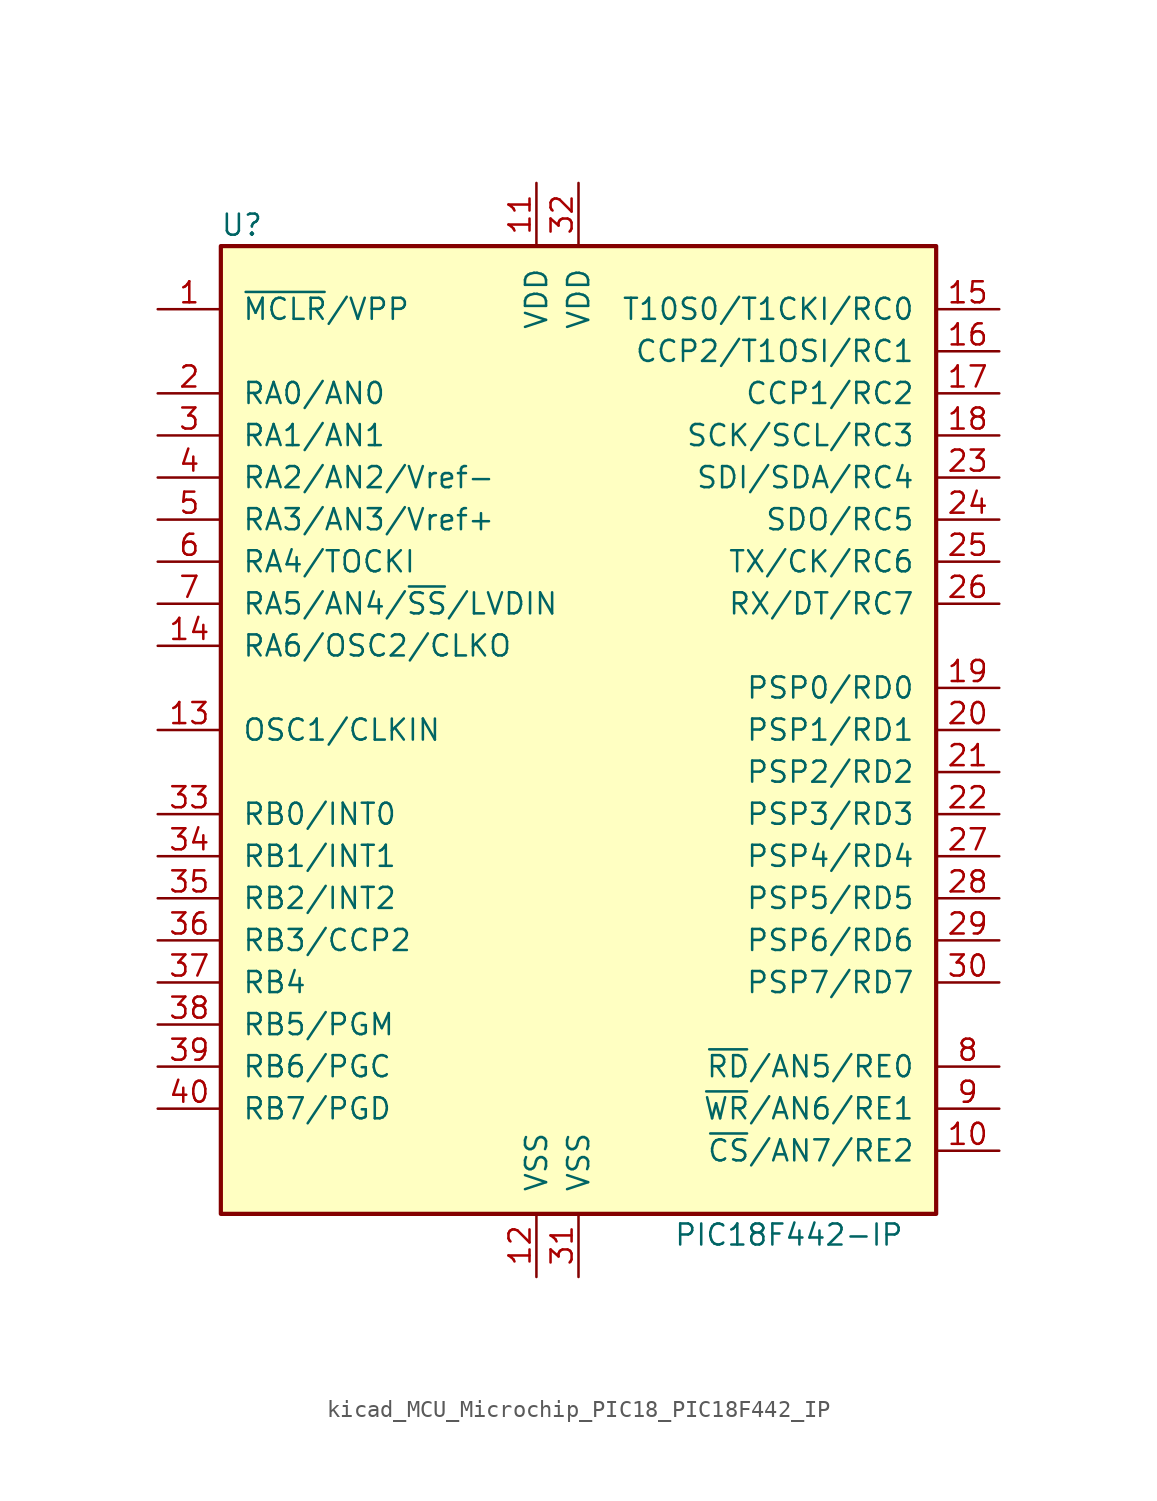
<source format=kicad_sym>
(kicad_symbol_lib
  (version 20220914)
  (generator kicad_symbol_editor)
  (symbol "kicad_MCU_Microchip_PIC18_PIC18F442_IP"
    (pin_names
      (offset 1.27))
    (property "Reference" "U"
      (at -20.32 30.48 0)
      (effects (font (size 1.27 1.27))))
    (property "Value" "PIC18F442-IP"
      (at 12.7 -30.48 0)
      (effects (font (size 1.27 1.27))))
    (symbol "kicad_MCU_Microchip_PIC18_PIC18F442_IP_0_1"
      (rectangle (start -21.59 -29.21) (end 21.59 29.21) (stroke (width 0.254) (type default)) (fill (type background))))
    (symbol "kicad_MCU_Microchip_PIC18_PIC18F442_IP_1_1"
      (pin input line (at -25.4 25.4 0) (length 3.81) (name "~{MCLR}/VPP" (effects (font (size 1.27 1.27)))) (number "1" (effects (font (size 1.27 1.27)))))
      (pin bidirectional line (at 25.4 -25.4 180) (length 3.81) (name "~{CS}/AN7/RE2" (effects (font (size 1.27 1.27)))) (number "10" (effects (font (size 1.27 1.27)))))
      (pin power_in line (at -2.54 33.02 270) (length 3.81) (name "VDD" (effects (font (size 1.27 1.27)))) (number "11" (effects (font (size 1.27 1.27)))))
      (pin power_in line (at -2.54 -33.02 90) (length 3.81) (name "VSS" (effects (font (size 1.27 1.27)))) (number "12" (effects (font (size 1.27 1.27)))))
      (pin input line (at -25.4 0 0) (length 3.81) (name "OSC1/CLKIN" (effects (font (size 1.27 1.27)))) (number "13" (effects (font (size 1.27 1.27)))))
      (pin output line (at -25.4 5.08 0) (length 3.81) (name "RA6/OSC2/CLKO" (effects (font (size 1.27 1.27)))) (number "14" (effects (font (size 1.27 1.27)))))
      (pin bidirectional line (at 25.4 25.4 180) (length 3.81) (name "T10S0/T1CKI/RC0" (effects (font (size 1.27 1.27)))) (number "15" (effects (font (size 1.27 1.27)))))
      (pin bidirectional line (at 25.4 22.86 180) (length 3.81) (name "CCP2/T1OSI/RC1" (effects (font (size 1.27 1.27)))) (number "16" (effects (font (size 1.27 1.27)))))
      (pin bidirectional line (at 25.4 20.32 180) (length 3.81) (name "CCP1/RC2" (effects (font (size 1.27 1.27)))) (number "17" (effects (font (size 1.27 1.27)))))
      (pin bidirectional line (at 25.4 17.78 180) (length 3.81) (name "SCK/SCL/RC3" (effects (font (size 1.27 1.27)))) (number "18" (effects (font (size 1.27 1.27)))))
      (pin bidirectional line (at 25.4 2.54 180) (length 3.81) (name "PSP0/RD0" (effects (font (size 1.27 1.27)))) (number "19" (effects (font (size 1.27 1.27)))))
      (pin bidirectional line (at -25.4 20.32 0) (length 3.81) (name "RA0/AN0" (effects (font (size 1.27 1.27)))) (number "2" (effects (font (size 1.27 1.27)))))
      (pin bidirectional line (at 25.4 0 180) (length 3.81) (name "PSP1/RD1" (effects (font (size 1.27 1.27)))) (number "20" (effects (font (size 1.27 1.27)))))
      (pin bidirectional line (at 25.4 -2.54 180) (length 3.81) (name "PSP2/RD2" (effects (font (size 1.27 1.27)))) (number "21" (effects (font (size 1.27 1.27)))))
      (pin bidirectional line (at 25.4 -5.08 180) (length 3.81) (name "PSP3/RD3" (effects (font (size 1.27 1.27)))) (number "22" (effects (font (size 1.27 1.27)))))
      (pin bidirectional line (at 25.4 15.24 180) (length 3.81) (name "SDI/SDA/RC4" (effects (font (size 1.27 1.27)))) (number "23" (effects (font (size 1.27 1.27)))))
      (pin bidirectional line (at 25.4 12.7 180) (length 3.81) (name "SDO/RC5" (effects (font (size 1.27 1.27)))) (number "24" (effects (font (size 1.27 1.27)))))
      (pin bidirectional line (at 25.4 10.16 180) (length 3.81) (name "TX/CK/RC6" (effects (font (size 1.27 1.27)))) (number "25" (effects (font (size 1.27 1.27)))))
      (pin bidirectional line (at 25.4 7.62 180) (length 3.81) (name "RX/DT/RC7" (effects (font (size 1.27 1.27)))) (number "26" (effects (font (size 1.27 1.27)))))
      (pin bidirectional line (at 25.4 -7.62 180) (length 3.81) (name "PSP4/RD4" (effects (font (size 1.27 1.27)))) (number "27" (effects (font (size 1.27 1.27)))))
      (pin bidirectional line (at 25.4 -10.16 180) (length 3.81) (name "PSP5/RD5" (effects (font (size 1.27 1.27)))) (number "28" (effects (font (size 1.27 1.27)))))
      (pin bidirectional line (at 25.4 -12.7 180) (length 3.81) (name "PSP6/RD6" (effects (font (size 1.27 1.27)))) (number "29" (effects (font (size 1.27 1.27)))))
      (pin bidirectional line (at -25.4 17.78 0) (length 3.81) (name "RA1/AN1" (effects (font (size 1.27 1.27)))) (number "3" (effects (font (size 1.27 1.27)))))
      (pin bidirectional line (at 25.4 -15.24 180) (length 3.81) (name "PSP7/RD7" (effects (font (size 1.27 1.27)))) (number "30" (effects (font (size 1.27 1.27)))))
      (pin power_in line (at 0 -33.02 90) (length 3.81) (name "VSS" (effects (font (size 1.27 1.27)))) (number "31" (effects (font (size 1.27 1.27)))))
      (pin power_in line (at 0 33.02 270) (length 3.81) (name "VDD" (effects (font (size 1.27 1.27)))) (number "32" (effects (font (size 1.27 1.27)))))
      (pin bidirectional line (at -25.4 -5.08 0) (length 3.81) (name "RB0/INT0" (effects (font (size 1.27 1.27)))) (number "33" (effects (font (size 1.27 1.27)))))
      (pin bidirectional line (at -25.4 -7.62 0) (length 3.81) (name "RB1/INT1" (effects (font (size 1.27 1.27)))) (number "34" (effects (font (size 1.27 1.27)))))
      (pin bidirectional line (at -25.4 -10.16 0) (length 3.81) (name "RB2/INT2" (effects (font (size 1.27 1.27)))) (number "35" (effects (font (size 1.27 1.27)))))
      (pin bidirectional line (at -25.4 -12.7 0) (length 3.81) (name "RB3/CCP2" (effects (font (size 1.27 1.27)))) (number "36" (effects (font (size 1.27 1.27)))))
      (pin bidirectional line (at -25.4 -15.24 0) (length 3.81) (name "RB4" (effects (font (size 1.27 1.27)))) (number "37" (effects (font (size 1.27 1.27)))))
      (pin bidirectional line (at -25.4 -17.78 0) (length 3.81) (name "RB5/PGM" (effects (font (size 1.27 1.27)))) (number "38" (effects (font (size 1.27 1.27)))))
      (pin bidirectional line (at -25.4 -20.32 0) (length 3.81) (name "RB6/PGC" (effects (font (size 1.27 1.27)))) (number "39" (effects (font (size 1.27 1.27)))))
      (pin bidirectional line (at -25.4 15.24 0) (length 3.81) (name "RA2/AN2/Vref-" (effects (font (size 1.27 1.27)))) (number "4" (effects (font (size 1.27 1.27)))))
      (pin bidirectional line (at -25.4 -22.86 0) (length 3.81) (name "RB7/PGD" (effects (font (size 1.27 1.27)))) (number "40" (effects (font (size 1.27 1.27)))))
      (pin bidirectional line (at -25.4 12.7 0) (length 3.81) (name "RA3/AN3/Vref+" (effects (font (size 1.27 1.27)))) (number "5" (effects (font (size 1.27 1.27)))))
      (pin bidirectional line (at -25.4 10.16 0) (length 3.81) (name "RA4/TOCKI" (effects (font (size 1.27 1.27)))) (number "6" (effects (font (size 1.27 1.27)))))
      (pin bidirectional line (at -25.4 7.62 0) (length 3.81) (name "RA5/AN4/~{SS}/LVDIN" (effects (font (size 1.27 1.27)))) (number "7" (effects (font (size 1.27 1.27)))))
      (pin bidirectional line (at 25.4 -20.32 180) (length 3.81) (name "~{RD}/AN5/RE0" (effects (font (size 1.27 1.27)))) (number "8" (effects (font (size 1.27 1.27)))))
      (pin bidirectional line (at 25.4 -22.86 180) (length 3.81) (name "~{WR}/AN6/RE1" (effects (font (size 1.27 1.27)))) (number "9" (effects (font (size 1.27 1.27))))))))
</source>
